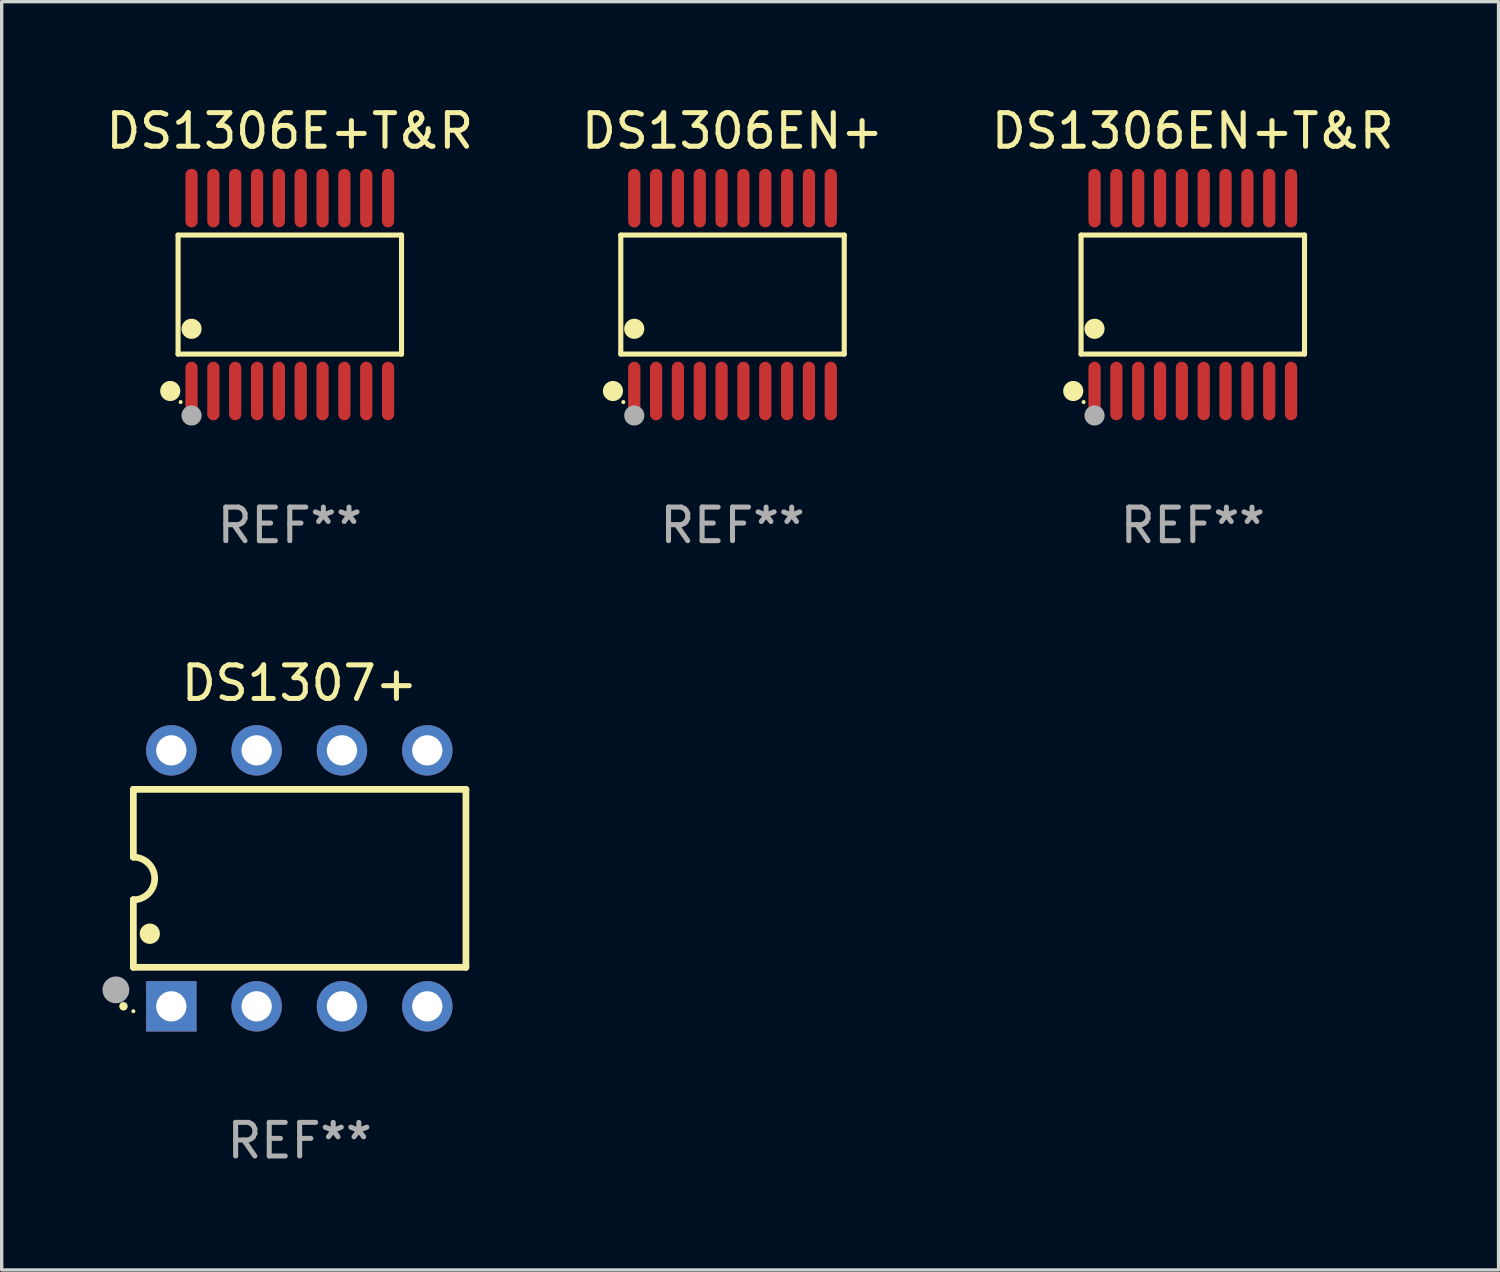
<source format=kicad_pcb>
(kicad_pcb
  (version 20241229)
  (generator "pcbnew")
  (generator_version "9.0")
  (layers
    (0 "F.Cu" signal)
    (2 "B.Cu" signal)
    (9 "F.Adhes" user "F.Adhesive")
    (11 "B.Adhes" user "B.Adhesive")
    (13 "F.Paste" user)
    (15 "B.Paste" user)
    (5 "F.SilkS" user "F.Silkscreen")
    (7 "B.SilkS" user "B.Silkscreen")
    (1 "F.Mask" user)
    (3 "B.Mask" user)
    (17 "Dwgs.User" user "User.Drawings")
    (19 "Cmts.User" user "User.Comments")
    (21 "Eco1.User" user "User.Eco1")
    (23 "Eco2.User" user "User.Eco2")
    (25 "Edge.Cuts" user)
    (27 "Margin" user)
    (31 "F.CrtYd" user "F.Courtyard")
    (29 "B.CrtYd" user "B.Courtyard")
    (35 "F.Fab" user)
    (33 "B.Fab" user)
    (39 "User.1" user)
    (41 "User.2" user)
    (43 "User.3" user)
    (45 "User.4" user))
  (footprint "DS1306EN+T&R"
    (layer "F.Cu")
    (at 32.458 5.719)
    (property "Reference" "DS1306EN+T&R" (at 0 -4.871 0) (layer "F.SilkS") (effects (font (size 1 1) (thickness 0.15))))
    (attr through_hole)
    (fp_line (start -3.326 -1.771) (end 3.326 -1.771) (stroke (width 0.152) (type solid)) (layer "F.SilkS"))
    (fp_line (start -3.326 1.771) (end -3.326 -1.771) (stroke (width 0.152) (type solid)) (layer "F.SilkS"))
    (fp_line (start 3.326 -1.771) (end 3.326 1.771) (stroke (width 0.152) (type solid)) (layer "F.SilkS"))
    (fp_line (start 3.326 1.771) (end -3.326 1.771) (stroke (width 0.152) (type solid)) (layer "F.SilkS"))
    (fp_circle (center -3.559 2.871) (end -3.409 2.871) (stroke (width 0.3) (type solid)) (fill no) (layer "F.SilkS"))
    (fp_circle (center -3.25 3.2) (end -3.22 3.2) (stroke (width 0.06) (type solid)) (fill no) (layer "F.SilkS"))
    (fp_circle (center -2.925 1.019) (end -2.775 1.019) (stroke (width 0.3) (type solid)) (fill no) (layer "F.SilkS"))
    (fp_circle (center -2.925 3.6) (end -2.775 3.6) (stroke (width 0.3) (type solid)) (fill no) (layer "F.Fab"))
    (fp_text user "REF**" (at 0 6.871 0) (layer "F.Fab") (effects (font (size 1 1) (thickness 0.15))))
    (pad "1" smd oval (at -2.925 2.871) (size 0.364 1.742) (layers "F.Cu" "F.Mask" "F.Paste"))
    (pad "2" smd oval (at -2.275 2.871) (size 0.364 1.742) (layers "F.Cu" "F.Mask" "F.Paste"))
    (pad "3" smd oval (at -1.625 2.871) (size 0.364 1.742) (layers "F.Cu" "F.Mask" "F.Paste"))
    (pad "4" smd oval (at -0.975 2.871) (size 0.364 1.742) (layers "F.Cu" "F.Mask" "F.Paste"))
    (pad "5" smd oval (at -0.325 2.871) (size 0.364 1.742) (layers "F.Cu" "F.Mask" "F.Paste"))
    (pad "6" smd oval (at 0.325 2.871) (size 0.364 1.742) (layers "F.Cu" "F.Mask" "F.Paste"))
    (pad "7" smd oval (at 0.975 2.871) (size 0.364 1.742) (layers "F.Cu" "F.Mask" "F.Paste"))
    (pad "8" smd oval (at 1.625 2.871) (size 0.364 1.742) (layers "F.Cu" "F.Mask" "F.Paste"))
    (pad "9" smd oval (at 2.275 2.871) (size 0.364 1.742) (layers "F.Cu" "F.Mask" "F.Paste"))
    (pad "10" smd oval (at 2.925 2.871) (size 0.364 1.742) (layers "F.Cu" "F.Mask" "F.Paste"))
    (pad "11" smd oval (at 2.925 -2.871) (size 0.364 1.742) (layers "F.Cu" "F.Mask" "F.Paste"))
    (pad "12" smd oval (at 2.275 -2.871) (size 0.364 1.742) (layers "F.Cu" "F.Mask" "F.Paste"))
    (pad "13" smd oval (at 1.625 -2.871) (size 0.364 1.742) (layers "F.Cu" "F.Mask" "F.Paste"))
    (pad "14" smd oval (at 0.975 -2.871) (size 0.364 1.742) (layers "F.Cu" "F.Mask" "F.Paste"))
    (pad "15" smd oval (at 0.325 -2.871) (size 0.364 1.742) (layers "F.Cu" "F.Mask" "F.Paste"))
    (pad "16" smd oval (at -0.325 -2.871) (size 0.364 1.742) (layers "F.Cu" "F.Mask" "F.Paste"))
    (pad "17" smd oval (at -0.975 -2.871) (size 0.364 1.742) (layers "F.Cu" "F.Mask" "F.Paste"))
    (pad "18" smd oval (at -1.625 -2.871) (size 0.364 1.742) (layers "F.Cu" "F.Mask" "F.Paste"))
    (pad "19" smd oval (at -2.275 -2.871) (size 0.364 1.742) (layers "F.Cu" "F.Mask" "F.Paste"))
    (pad "20" smd oval (at -2.925 -2.871) (size 0.364 1.742) (layers "F.Cu" "F.Mask" "F.Paste")))
  (footprint "DS1307+"
    (layer "F.Cu")
    (at 5.87 23.097)
    (property "Reference" "DS1307+" (at 0 -5.81 0) (layer "F.SilkS") (effects (font (size 1 1) (thickness 0.15))))
    (attr through_hole)
    (fp_line (start -4.95 -2.649) (end 4.95 -2.649) (stroke (width 0.2) (type solid)) (layer "F.SilkS"))
    (fp_line (start -4.95 -0.635) (end -4.95 -2.649) (stroke (width 0.2) (type solid)) (layer "F.SilkS"))
    (fp_line (start -4.95 0.635) (end -4.95 0.64) (stroke (width 0.2) (type solid)) (layer "F.SilkS"))
    (fp_line (start -4.95 2.649) (end -4.95 0.635) (stroke (width 0.2) (type solid)) (layer "F.SilkS"))
    (fp_line (start -4.95 -0.64) (end -4.95 -0.635) (stroke (width 0.2) (type solid)) (layer "F.SilkS"))
    (fp_line (start 4.95 -2.649) (end 4.95 2.649) (stroke (width 0.2) (type solid)) (layer "F.SilkS"))
    (fp_line (start 4.95 2.649) (end -4.95 2.649) (stroke (width 0.2) (type solid)) (layer "F.SilkS"))
    (fp_arc (start -5.24511 3.810008) (mid -5.245117 3.808738) (end -5.24511 3.807468) (stroke (width 0.25) (type solid)) (layer "F.SilkS"))
    (fp_arc (start -4.950165 -0.629997) (mid -4.315164 0.005004) (end -4.950165 0.640005) (stroke (width 0.2) (type solid)) (layer "F.SilkS"))
    (fp_arc (start -4.460249 1.651003) (mid -4.46026 1.648463) (end -4.460249 1.645923) (stroke (width 0.6) (type solid)) (layer "F.SilkS"))
    (fp_circle (center -4.95 3.956) (end -4.92 3.956) (stroke (width 0.06) (type solid)) (fill no) (layer "F.SilkS"))
    (fp_circle (center -5.47 3.32) (end -5.27 3.32) (stroke (width 0.4) (type solid)) (fill no) (layer "F.Fab"))
    (fp_text user "REF**" (at 0 7.81 0) (layer "F.Fab") (effects (font (size 1 1) (thickness 0.15))))
    (pad "1" thru_hole rect (at -3.82 3.81) (size 1.5 1.5) (drill 0.9) (layers "*.Cu" "*.Mask"))
    (pad "2" thru_hole circle (at -1.28 3.81) (size 1.5 1.5) (drill 0.9) (layers "*.Cu" "*.Mask"))
    (pad "3" thru_hole circle (at 1.26 3.81) (size 1.5 1.5) (drill 0.9) (layers "*.Cu" "*.Mask"))
    (pad "4" thru_hole circle (at 3.8 3.81) (size 1.5 1.5) (drill 0.9) (layers "*.Cu" "*.Mask"))
    (pad "5" thru_hole circle (at 3.8 -3.81) (size 1.5 1.5) (drill 0.9) (layers "*.Cu" "*.Mask"))
    (pad "6" thru_hole circle (at 1.26 -3.81) (size 1.5 1.5) (drill 0.9) (layers "*.Cu" "*.Mask"))
    (pad "7" thru_hole circle (at -1.28 -3.81) (size 1.5 1.5) (drill 0.9) (layers "*.Cu" "*.Mask"))
    (pad "8" thru_hole circle (at -3.82 -3.81) (size 1.5 1.5) (drill 0.9) (layers "*.Cu" "*.Mask")))
  (footprint "DS1306EN+"
    (layer "F.Cu")
    (at 18.756 5.719)
    (property "Reference" "DS1306EN+" (at 0 -4.871 0) (layer "F.SilkS") (effects (font (size 1 1) (thickness 0.15))))
    (attr through_hole)
    (fp_line (start -3.326 -1.771) (end 3.326 -1.771) (stroke (width 0.152) (type solid)) (layer "F.SilkS"))
    (fp_line (start -3.326 1.771) (end -3.326 -1.771) (stroke (width 0.152) (type solid)) (layer "F.SilkS"))
    (fp_line (start 3.326 -1.771) (end 3.326 1.771) (stroke (width 0.152) (type solid)) (layer "F.SilkS"))
    (fp_line (start 3.326 1.771) (end -3.326 1.771) (stroke (width 0.152) (type solid)) (layer "F.SilkS"))
    (fp_circle (center -3.559 2.871) (end -3.409 2.871) (stroke (width 0.3) (type solid)) (fill no) (layer "F.SilkS"))
    (fp_circle (center -3.25 3.2) (end -3.22 3.2) (stroke (width 0.06) (type solid)) (fill no) (layer "F.SilkS"))
    (fp_circle (center -2.925 1.019) (end -2.775 1.019) (stroke (width 0.3) (type solid)) (fill no) (layer "F.SilkS"))
    (fp_circle (center -2.925 3.6) (end -2.775 3.6) (stroke (width 0.3) (type solid)) (fill no) (layer "F.Fab"))
    (fp_text user "REF**" (at 0 6.871 0) (layer "F.Fab") (effects (font (size 1 1) (thickness 0.15))))
    (pad "1" smd oval (at -2.925 2.871) (size 0.364 1.742) (layers "F.Cu" "F.Mask" "F.Paste"))
    (pad "2" smd oval (at -2.275 2.871) (size 0.364 1.742) (layers "F.Cu" "F.Mask" "F.Paste"))
    (pad "3" smd oval (at -1.625 2.871) (size 0.364 1.742) (layers "F.Cu" "F.Mask" "F.Paste"))
    (pad "4" smd oval (at -0.975 2.871) (size 0.364 1.742) (layers "F.Cu" "F.Mask" "F.Paste"))
    (pad "5" smd oval (at -0.325 2.871) (size 0.364 1.742) (layers "F.Cu" "F.Mask" "F.Paste"))
    (pad "6" smd oval (at 0.325 2.871) (size 0.364 1.742) (layers "F.Cu" "F.Mask" "F.Paste"))
    (pad "7" smd oval (at 0.975 2.871) (size 0.364 1.742) (layers "F.Cu" "F.Mask" "F.Paste"))
    (pad "8" smd oval (at 1.625 2.871) (size 0.364 1.742) (layers "F.Cu" "F.Mask" "F.Paste"))
    (pad "9" smd oval (at 2.275 2.871) (size 0.364 1.742) (layers "F.Cu" "F.Mask" "F.Paste"))
    (pad "10" smd oval (at 2.925 2.871) (size 0.364 1.742) (layers "F.Cu" "F.Mask" "F.Paste"))
    (pad "11" smd oval (at 2.925 -2.871) (size 0.364 1.742) (layers "F.Cu" "F.Mask" "F.Paste"))
    (pad "12" smd oval (at 2.275 -2.871) (size 0.364 1.742) (layers "F.Cu" "F.Mask" "F.Paste"))
    (pad "13" smd oval (at 1.625 -2.871) (size 0.364 1.742) (layers "F.Cu" "F.Mask" "F.Paste"))
    (pad "14" smd oval (at 0.975 -2.871) (size 0.364 1.742) (layers "F.Cu" "F.Mask" "F.Paste"))
    (pad "15" smd oval (at 0.325 -2.871) (size 0.364 1.742) (layers "F.Cu" "F.Mask" "F.Paste"))
    (pad "16" smd oval (at -0.325 -2.871) (size 0.364 1.742) (layers "F.Cu" "F.Mask" "F.Paste"))
    (pad "17" smd oval (at -0.975 -2.871) (size 0.364 1.742) (layers "F.Cu" "F.Mask" "F.Paste"))
    (pad "18" smd oval (at -1.625 -2.871) (size 0.364 1.742) (layers "F.Cu" "F.Mask" "F.Paste"))
    (pad "19" smd oval (at -2.275 -2.871) (size 0.364 1.742) (layers "F.Cu" "F.Mask" "F.Paste"))
    (pad "20" smd oval (at -2.925 -2.871) (size 0.364 1.742) (layers "F.Cu" "F.Mask" "F.Paste")))
  (footprint "DS1306E+T&R"
    (layer "F.Cu")
    (at 5.577 5.719)
    (property "Reference" "DS1306E+T&R" (at 0 -4.871 0) (layer "F.SilkS") (effects (font (size 1 1) (thickness 0.15))))
    (attr through_hole)
    (fp_line (start -3.326 -1.771) (end 3.326 -1.771) (stroke (width 0.152) (type solid)) (layer "F.SilkS"))
    (fp_line (start -3.326 1.771) (end -3.326 -1.771) (stroke (width 0.152) (type solid)) (layer "F.SilkS"))
    (fp_line (start 3.326 -1.771) (end 3.326 1.771) (stroke (width 0.152) (type solid)) (layer "F.SilkS"))
    (fp_line (start 3.326 1.771) (end -3.326 1.771) (stroke (width 0.152) (type solid)) (layer "F.SilkS"))
    (fp_circle (center -3.559 2.871) (end -3.409 2.871) (stroke (width 0.3) (type solid)) (fill no) (layer "F.SilkS"))
    (fp_circle (center -3.25 3.2) (end -3.22 3.2) (stroke (width 0.06) (type solid)) (fill no) (layer "F.SilkS"))
    (fp_circle (center -2.925 1.019) (end -2.775 1.019) (stroke (width 0.3) (type solid)) (fill no) (layer "F.SilkS"))
    (fp_circle (center -2.925 3.6) (end -2.775 3.6) (stroke (width 0.3) (type solid)) (fill no) (layer "F.Fab"))
    (fp_text user "REF**" (at 0 6.871 0) (layer "F.Fab") (effects (font (size 1 1) (thickness 0.15))))
    (pad "1" smd oval (at -2.925 2.871) (size 0.364 1.742) (layers "F.Cu" "F.Mask" "F.Paste"))
    (pad "2" smd oval (at -2.275 2.871) (size 0.364 1.742) (layers "F.Cu" "F.Mask" "F.Paste"))
    (pad "3" smd oval (at -1.625 2.871) (size 0.364 1.742) (layers "F.Cu" "F.Mask" "F.Paste"))
    (pad "4" smd oval (at -0.975 2.871) (size 0.364 1.742) (layers "F.Cu" "F.Mask" "F.Paste"))
    (pad "5" smd oval (at -0.325 2.871) (size 0.364 1.742) (layers "F.Cu" "F.Mask" "F.Paste"))
    (pad "6" smd oval (at 0.325 2.871) (size 0.364 1.742) (layers "F.Cu" "F.Mask" "F.Paste"))
    (pad "7" smd oval (at 0.975 2.871) (size 0.364 1.742) (layers "F.Cu" "F.Mask" "F.Paste"))
    (pad "8" smd oval (at 1.625 2.871) (size 0.364 1.742) (layers "F.Cu" "F.Mask" "F.Paste"))
    (pad "9" smd oval (at 2.275 2.871) (size 0.364 1.742) (layers "F.Cu" "F.Mask" "F.Paste"))
    (pad "10" smd oval (at 2.925 2.871) (size 0.364 1.742) (layers "F.Cu" "F.Mask" "F.Paste"))
    (pad "11" smd oval (at 2.925 -2.871) (size 0.364 1.742) (layers "F.Cu" "F.Mask" "F.Paste"))
    (pad "12" smd oval (at 2.275 -2.871) (size 0.364 1.742) (layers "F.Cu" "F.Mask" "F.Paste"))
    (pad "13" smd oval (at 1.625 -2.871) (size 0.364 1.742) (layers "F.Cu" "F.Mask" "F.Paste"))
    (pad "14" smd oval (at 0.975 -2.871) (size 0.364 1.742) (layers "F.Cu" "F.Mask" "F.Paste"))
    (pad "15" smd oval (at 0.325 -2.871) (size 0.364 1.742) (layers "F.Cu" "F.Mask" "F.Paste"))
    (pad "16" smd oval (at -0.325 -2.871) (size 0.364 1.742) (layers "F.Cu" "F.Mask" "F.Paste"))
    (pad "17" smd oval (at -0.975 -2.871) (size 0.364 1.742) (layers "F.Cu" "F.Mask" "F.Paste"))
    (pad "18" smd oval (at -1.625 -2.871) (size 0.364 1.742) (layers "F.Cu" "F.Mask" "F.Paste"))
    (pad "19" smd oval (at -2.275 -2.871) (size 0.364 1.742) (layers "F.Cu" "F.Mask" "F.Paste"))
    (pad "20" smd oval (at -2.925 -2.871) (size 0.364 1.742) (layers "F.Cu" "F.Mask" "F.Paste")))
  (gr_rect
    (start -3 -3)
    (end 41.56 34.755)
    (stroke (width 0.1) (type default))
    (fill no)
    (layer "Edge.Cuts")))
</source>
